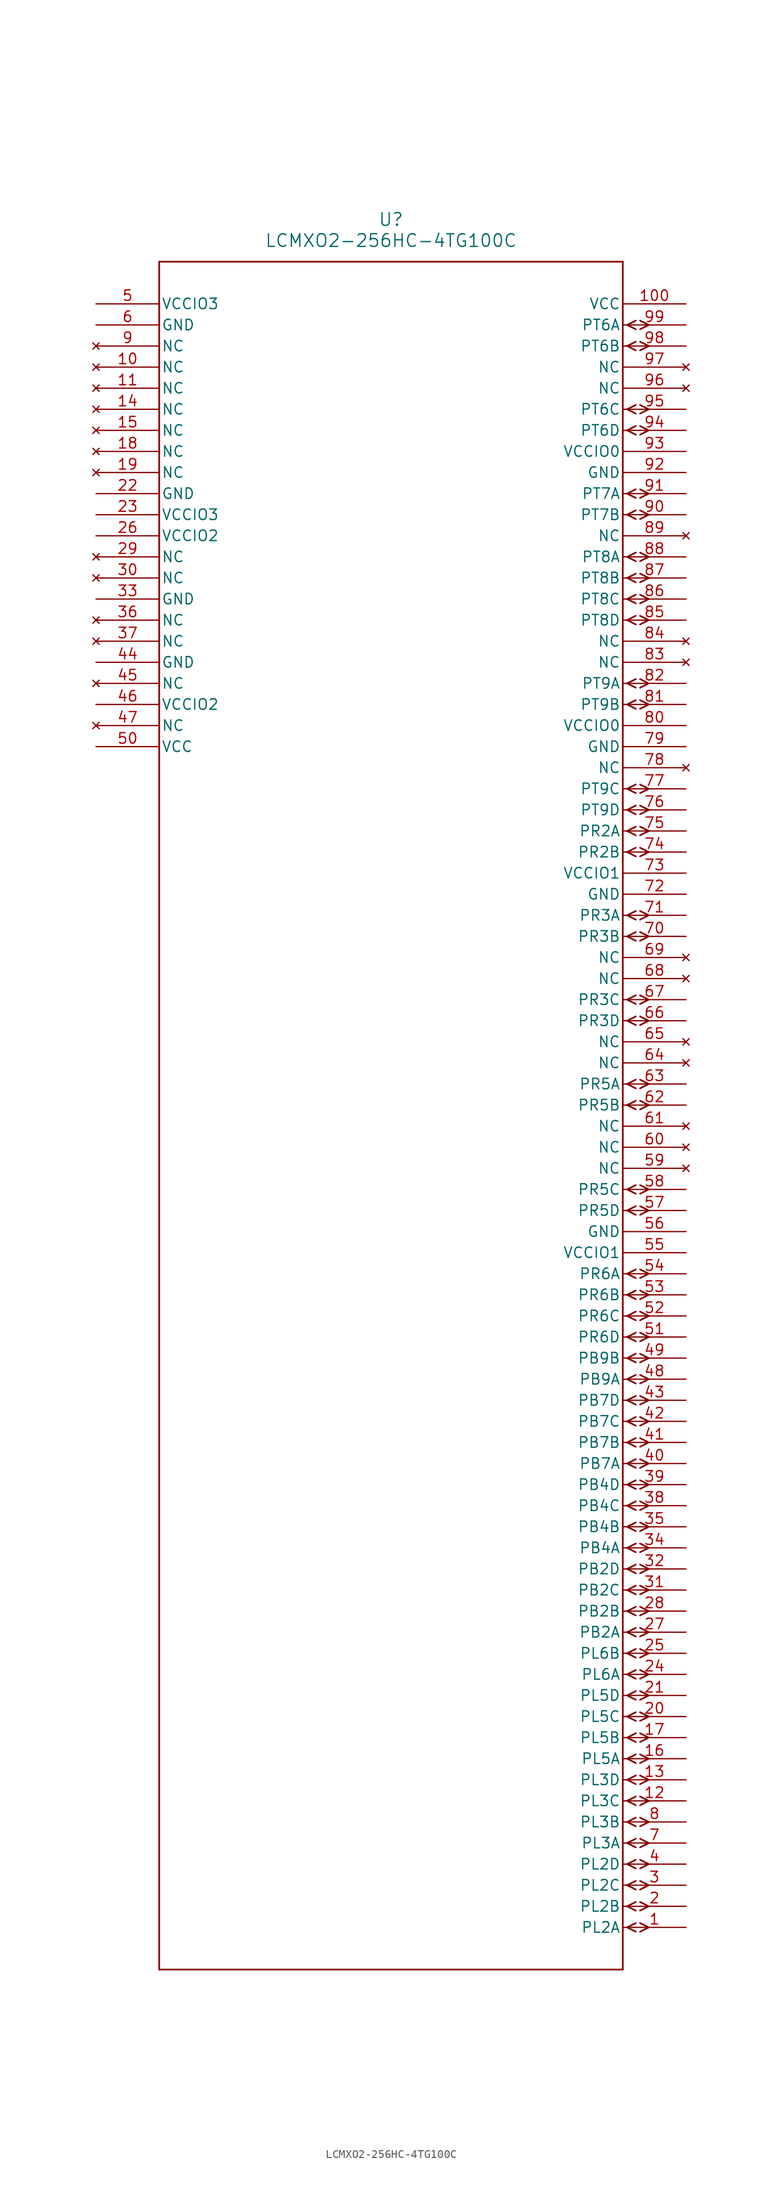
<source format=kicad_sym>
(kicad_symbol_lib
  (version 20211014)
  (generator kicad_symbol_editor)
  (symbol "LCMXO2-256HC-4TG100C"
    (pin_names
      (offset 0.254))
    (property "Reference" "U"
      (at 35.56 10.16 0)
      (effects (font (size 1.524 1.524))))
    (property "Value" "LCMXO2-256HC-4TG100C"
      (at 35.56 7.62 0)
      (effects (font (size 1.524 1.524))))
    (symbol "LCMXO2-256HC-4TG100C_0_1"
      (polyline (pts (xy 64.021 -195.58) (xy 65.062 -195.059)) (stroke (width 0.203) (type default) (color 0 0 0 0)) (fill (type none)))
      (polyline (pts (xy 64.021 -195.58) (xy 65.062 -196.101)) (stroke (width 0.203) (type default) (color 0 0 0 0)) (fill (type none)))
      (polyline (pts (xy 65.583 -195.059) (xy 66.624 -195.58)) (stroke (width 0.203) (type default) (color 0 0 0 0)) (fill (type none)))
      (polyline (pts (xy 65.583 -196.101) (xy 66.624 -195.58)) (stroke (width 0.203) (type default) (color 0 0 0 0)) (fill (type none)))
      (polyline (pts (xy 64.021 -193.04) (xy 65.062 -192.519)) (stroke (width 0.203) (type default) (color 0 0 0 0)) (fill (type none)))
      (polyline (pts (xy 64.021 -193.04) (xy 65.062 -193.561)) (stroke (width 0.203) (type default) (color 0 0 0 0)) (fill (type none)))
      (polyline (pts (xy 65.583 -192.519) (xy 66.624 -193.04)) (stroke (width 0.203) (type default) (color 0 0 0 0)) (fill (type none)))
      (polyline (pts (xy 65.583 -193.561) (xy 66.624 -193.04)) (stroke (width 0.203) (type default) (color 0 0 0 0)) (fill (type none)))
      (polyline (pts (xy 64.021 -190.5) (xy 65.062 -189.979)) (stroke (width 0.203) (type default) (color 0 0 0 0)) (fill (type none)))
      (polyline (pts (xy 64.021 -190.5) (xy 65.062 -191.021)) (stroke (width 0.203) (type default) (color 0 0 0 0)) (fill (type none)))
      (polyline (pts (xy 65.583 -189.979) (xy 66.624 -190.5)) (stroke (width 0.203) (type default) (color 0 0 0 0)) (fill (type none)))
      (polyline (pts (xy 65.583 -191.021) (xy 66.624 -190.5)) (stroke (width 0.203) (type default) (color 0 0 0 0)) (fill (type none)))
      (polyline (pts (xy 64.021 -187.96) (xy 65.062 -187.439)) (stroke (width 0.203) (type default) (color 0 0 0 0)) (fill (type none)))
      (polyline (pts (xy 64.021 -187.96) (xy 65.062 -188.481)) (stroke (width 0.203) (type default) (color 0 0 0 0)) (fill (type none)))
      (polyline (pts (xy 65.583 -187.439) (xy 66.624 -187.96)) (stroke (width 0.203) (type default) (color 0 0 0 0)) (fill (type none)))
      (polyline (pts (xy 65.583 -188.481) (xy 66.624 -187.96)) (stroke (width 0.203) (type default) (color 0 0 0 0)) (fill (type none)))
      (polyline (pts (xy 64.021 -185.42) (xy 65.062 -184.899)) (stroke (width 0.203) (type default) (color 0 0 0 0)) (fill (type none)))
      (polyline (pts (xy 64.021 -185.42) (xy 65.062 -185.941)) (stroke (width 0.203) (type default) (color 0 0 0 0)) (fill (type none)))
      (polyline (pts (xy 65.583 -184.899) (xy 66.624 -185.42)) (stroke (width 0.203) (type default) (color 0 0 0 0)) (fill (type none)))
      (polyline (pts (xy 65.583 -185.941) (xy 66.624 -185.42)) (stroke (width 0.203) (type default) (color 0 0 0 0)) (fill (type none)))
      (polyline (pts (xy 64.021 -182.88) (xy 65.062 -182.359)) (stroke (width 0.203) (type default) (color 0 0 0 0)) (fill (type none)))
      (polyline (pts (xy 64.021 -182.88) (xy 65.062 -183.401)) (stroke (width 0.203) (type default) (color 0 0 0 0)) (fill (type none)))
      (polyline (pts (xy 65.583 -182.359) (xy 66.624 -182.88)) (stroke (width 0.203) (type default) (color 0 0 0 0)) (fill (type none)))
      (polyline (pts (xy 65.583 -183.401) (xy 66.624 -182.88)) (stroke (width 0.203) (type default) (color 0 0 0 0)) (fill (type none)))
      (polyline (pts (xy 64.021 -180.34) (xy 65.062 -179.819)) (stroke (width 0.203) (type default) (color 0 0 0 0)) (fill (type none)))
      (polyline (pts (xy 64.021 -180.34) (xy 65.062 -180.861)) (stroke (width 0.203) (type default) (color 0 0 0 0)) (fill (type none)))
      (polyline (pts (xy 65.583 -179.819) (xy 66.624 -180.34)) (stroke (width 0.203) (type default) (color 0 0 0 0)) (fill (type none)))
      (polyline (pts (xy 65.583 -180.861) (xy 66.624 -180.34)) (stroke (width 0.203) (type default) (color 0 0 0 0)) (fill (type none)))
      (polyline (pts (xy 64.021 -177.8) (xy 65.062 -177.279)) (stroke (width 0.203) (type default) (color 0 0 0 0)) (fill (type none)))
      (polyline (pts (xy 64.021 -177.8) (xy 65.062 -178.321)) (stroke (width 0.203) (type default) (color 0 0 0 0)) (fill (type none)))
      (polyline (pts (xy 65.583 -177.279) (xy 66.624 -177.8)) (stroke (width 0.203) (type default) (color 0 0 0 0)) (fill (type none)))
      (polyline (pts (xy 65.583 -178.321) (xy 66.624 -177.8)) (stroke (width 0.203) (type default) (color 0 0 0 0)) (fill (type none)))
      (polyline (pts (xy 64.021 -175.26) (xy 65.062 -174.739)) (stroke (width 0.203) (type default) (color 0 0 0 0)) (fill (type none)))
      (polyline (pts (xy 64.021 -175.26) (xy 65.062 -175.781)) (stroke (width 0.203) (type default) (color 0 0 0 0)) (fill (type none)))
      (polyline (pts (xy 65.583 -174.739) (xy 66.624 -175.26)) (stroke (width 0.203) (type default) (color 0 0 0 0)) (fill (type none)))
      (polyline (pts (xy 65.583 -175.781) (xy 66.624 -175.26)) (stroke (width 0.203) (type default) (color 0 0 0 0)) (fill (type none)))
      (polyline (pts (xy 64.021 -172.72) (xy 65.062 -172.199)) (stroke (width 0.203) (type default) (color 0 0 0 0)) (fill (type none)))
      (polyline (pts (xy 64.021 -172.72) (xy 65.062 -173.241)) (stroke (width 0.203) (type default) (color 0 0 0 0)) (fill (type none)))
      (polyline (pts (xy 65.583 -172.199) (xy 66.624 -172.72)) (stroke (width 0.203) (type default) (color 0 0 0 0)) (fill (type none)))
      (polyline (pts (xy 65.583 -173.241) (xy 66.624 -172.72)) (stroke (width 0.203) (type default) (color 0 0 0 0)) (fill (type none)))
      (polyline (pts (xy 64.021 -170.18) (xy 65.062 -169.659)) (stroke (width 0.203) (type default) (color 0 0 0 0)) (fill (type none)))
      (polyline (pts (xy 64.021 -170.18) (xy 65.062 -170.701)) (stroke (width 0.203) (type default) (color 0 0 0 0)) (fill (type none)))
      (polyline (pts (xy 65.583 -169.659) (xy 66.624 -170.18)) (stroke (width 0.203) (type default) (color 0 0 0 0)) (fill (type none)))
      (polyline (pts (xy 65.583 -170.701) (xy 66.624 -170.18)) (stroke (width 0.203) (type default) (color 0 0 0 0)) (fill (type none)))
      (polyline (pts (xy 64.021 -167.64) (xy 65.062 -167.119)) (stroke (width 0.203) (type default) (color 0 0 0 0)) (fill (type none)))
      (polyline (pts (xy 64.021 -167.64) (xy 65.062 -168.161)) (stroke (width 0.203) (type default) (color 0 0 0 0)) (fill (type none)))
      (polyline (pts (xy 65.583 -167.119) (xy 66.624 -167.64)) (stroke (width 0.203) (type default) (color 0 0 0 0)) (fill (type none)))
      (polyline (pts (xy 65.583 -168.161) (xy 66.624 -167.64)) (stroke (width 0.203) (type default) (color 0 0 0 0)) (fill (type none)))
      (polyline (pts (xy 64.021 -165.1) (xy 65.062 -164.579)) (stroke (width 0.203) (type default) (color 0 0 0 0)) (fill (type none)))
      (polyline (pts (xy 64.021 -165.1) (xy 65.062 -165.621)) (stroke (width 0.203) (type default) (color 0 0 0 0)) (fill (type none)))
      (polyline (pts (xy 65.583 -164.579) (xy 66.624 -165.1)) (stroke (width 0.203) (type default) (color 0 0 0 0)) (fill (type none)))
      (polyline (pts (xy 65.583 -165.621) (xy 66.624 -165.1)) (stroke (width 0.203) (type default) (color 0 0 0 0)) (fill (type none)))
      (polyline (pts (xy 64.021 -162.56) (xy 65.062 -162.039)) (stroke (width 0.203) (type default) (color 0 0 0 0)) (fill (type none)))
      (polyline (pts (xy 64.021 -162.56) (xy 65.062 -163.081)) (stroke (width 0.203) (type default) (color 0 0 0 0)) (fill (type none)))
      (polyline (pts (xy 65.583 -162.039) (xy 66.624 -162.56)) (stroke (width 0.203) (type default) (color 0 0 0 0)) (fill (type none)))
      (polyline (pts (xy 65.583 -163.081) (xy 66.624 -162.56)) (stroke (width 0.203) (type default) (color 0 0 0 0)) (fill (type none)))
      (polyline (pts (xy 64.021 -160.02) (xy 65.062 -159.499)) (stroke (width 0.203) (type default) (color 0 0 0 0)) (fill (type none)))
      (polyline (pts (xy 64.021 -160.02) (xy 65.062 -160.541)) (stroke (width 0.203) (type default) (color 0 0 0 0)) (fill (type none)))
      (polyline (pts (xy 65.583 -159.499) (xy 66.624 -160.02)) (stroke (width 0.203) (type default) (color 0 0 0 0)) (fill (type none)))
      (polyline (pts (xy 65.583 -160.541) (xy 66.624 -160.02)) (stroke (width 0.203) (type default) (color 0 0 0 0)) (fill (type none)))
      (polyline (pts (xy 64.021 -157.48) (xy 65.062 -156.959)) (stroke (width 0.203) (type default) (color 0 0 0 0)) (fill (type none)))
      (polyline (pts (xy 64.021 -157.48) (xy 65.062 -158.001)) (stroke (width 0.203) (type default) (color 0 0 0 0)) (fill (type none)))
      (polyline (pts (xy 65.583 -156.959) (xy 66.624 -157.48)) (stroke (width 0.203) (type default) (color 0 0 0 0)) (fill (type none)))
      (polyline (pts (xy 65.583 -158.001) (xy 66.624 -157.48)) (stroke (width 0.203) (type default) (color 0 0 0 0)) (fill (type none)))
      (polyline (pts (xy 64.021 -154.94) (xy 65.062 -154.419)) (stroke (width 0.203) (type default) (color 0 0 0 0)) (fill (type none)))
      (polyline (pts (xy 64.021 -154.94) (xy 65.062 -155.461)) (stroke (width 0.203) (type default) (color 0 0 0 0)) (fill (type none)))
      (polyline (pts (xy 65.583 -154.419) (xy 66.624 -154.94)) (stroke (width 0.203) (type default) (color 0 0 0 0)) (fill (type none)))
      (polyline (pts (xy 65.583 -155.461) (xy 66.624 -154.94)) (stroke (width 0.203) (type default) (color 0 0 0 0)) (fill (type none)))
      (polyline (pts (xy 64.021 -152.4) (xy 65.062 -151.879)) (stroke (width 0.203) (type default) (color 0 0 0 0)) (fill (type none)))
      (polyline (pts (xy 64.021 -152.4) (xy 65.062 -152.921)) (stroke (width 0.203) (type default) (color 0 0 0 0)) (fill (type none)))
      (polyline (pts (xy 65.583 -151.879) (xy 66.624 -152.4)) (stroke (width 0.203) (type default) (color 0 0 0 0)) (fill (type none)))
      (polyline (pts (xy 65.583 -152.921) (xy 66.624 -152.4)) (stroke (width 0.203) (type default) (color 0 0 0 0)) (fill (type none)))
      (polyline (pts (xy 64.021 -149.86) (xy 65.062 -149.339)) (stroke (width 0.203) (type default) (color 0 0 0 0)) (fill (type none)))
      (polyline (pts (xy 64.021 -149.86) (xy 65.062 -150.381)) (stroke (width 0.203) (type default) (color 0 0 0 0)) (fill (type none)))
      (polyline (pts (xy 65.583 -149.339) (xy 66.624 -149.86)) (stroke (width 0.203) (type default) (color 0 0 0 0)) (fill (type none)))
      (polyline (pts (xy 65.583 -150.381) (xy 66.624 -149.86)) (stroke (width 0.203) (type default) (color 0 0 0 0)) (fill (type none)))
      (polyline (pts (xy 64.021 -147.32) (xy 65.062 -146.799)) (stroke (width 0.203) (type default) (color 0 0 0 0)) (fill (type none)))
      (polyline (pts (xy 64.021 -147.32) (xy 65.062 -147.841)) (stroke (width 0.203) (type default) (color 0 0 0 0)) (fill (type none)))
      (polyline (pts (xy 65.583 -146.799) (xy 66.624 -147.32)) (stroke (width 0.203) (type default) (color 0 0 0 0)) (fill (type none)))
      (polyline (pts (xy 65.583 -147.841) (xy 66.624 -147.32)) (stroke (width 0.203) (type default) (color 0 0 0 0)) (fill (type none)))
      (polyline (pts (xy 64.021 -144.78) (xy 65.062 -144.259)) (stroke (width 0.203) (type default) (color 0 0 0 0)) (fill (type none)))
      (polyline (pts (xy 64.021 -144.78) (xy 65.062 -145.301)) (stroke (width 0.203) (type default) (color 0 0 0 0)) (fill (type none)))
      (polyline (pts (xy 65.583 -144.259) (xy 66.624 -144.78)) (stroke (width 0.203) (type default) (color 0 0 0 0)) (fill (type none)))
      (polyline (pts (xy 65.583 -145.301) (xy 66.624 -144.78)) (stroke (width 0.203) (type default) (color 0 0 0 0)) (fill (type none)))
      (polyline (pts (xy 64.021 -142.24) (xy 65.062 -141.719)) (stroke (width 0.203) (type default) (color 0 0 0 0)) (fill (type none)))
      (polyline (pts (xy 64.021 -142.24) (xy 65.062 -142.761)) (stroke (width 0.203) (type default) (color 0 0 0 0)) (fill (type none)))
      (polyline (pts (xy 65.583 -141.719) (xy 66.624 -142.24)) (stroke (width 0.203) (type default) (color 0 0 0 0)) (fill (type none)))
      (polyline (pts (xy 65.583 -142.761) (xy 66.624 -142.24)) (stroke (width 0.203) (type default) (color 0 0 0 0)) (fill (type none)))
      (polyline (pts (xy 64.021 -139.7) (xy 65.062 -139.179)) (stroke (width 0.203) (type default) (color 0 0 0 0)) (fill (type none)))
      (polyline (pts (xy 64.021 -139.7) (xy 65.062 -140.221)) (stroke (width 0.203) (type default) (color 0 0 0 0)) (fill (type none)))
      (polyline (pts (xy 65.583 -139.179) (xy 66.624 -139.7)) (stroke (width 0.203) (type default) (color 0 0 0 0)) (fill (type none)))
      (polyline (pts (xy 65.583 -140.221) (xy 66.624 -139.7)) (stroke (width 0.203) (type default) (color 0 0 0 0)) (fill (type none)))
      (polyline (pts (xy 64.021 -137.16) (xy 65.062 -136.639)) (stroke (width 0.203) (type default) (color 0 0 0 0)) (fill (type none)))
      (polyline (pts (xy 64.021 -137.16) (xy 65.062 -137.681)) (stroke (width 0.203) (type default) (color 0 0 0 0)) (fill (type none)))
      (polyline (pts (xy 65.583 -136.639) (xy 66.624 -137.16)) (stroke (width 0.203) (type default) (color 0 0 0 0)) (fill (type none)))
      (polyline (pts (xy 65.583 -137.681) (xy 66.624 -137.16)) (stroke (width 0.203) (type default) (color 0 0 0 0)) (fill (type none)))
      (polyline (pts (xy 64.021 -134.62) (xy 65.062 -134.099)) (stroke (width 0.203) (type default) (color 0 0 0 0)) (fill (type none)))
      (polyline (pts (xy 64.021 -134.62) (xy 65.062 -135.141)) (stroke (width 0.203) (type default) (color 0 0 0 0)) (fill (type none)))
      (polyline (pts (xy 65.583 -134.099) (xy 66.624 -134.62)) (stroke (width 0.203) (type default) (color 0 0 0 0)) (fill (type none)))
      (polyline (pts (xy 65.583 -135.141) (xy 66.624 -134.62)) (stroke (width 0.203) (type default) (color 0 0 0 0)) (fill (type none)))
      (polyline (pts (xy 64.021 -132.08) (xy 65.062 -131.559)) (stroke (width 0.203) (type default) (color 0 0 0 0)) (fill (type none)))
      (polyline (pts (xy 64.021 -132.08) (xy 65.062 -132.601)) (stroke (width 0.203) (type default) (color 0 0 0 0)) (fill (type none)))
      (polyline (pts (xy 65.583 -131.559) (xy 66.624 -132.08)) (stroke (width 0.203) (type default) (color 0 0 0 0)) (fill (type none)))
      (polyline (pts (xy 65.583 -132.601) (xy 66.624 -132.08)) (stroke (width 0.203) (type default) (color 0 0 0 0)) (fill (type none)))
      (polyline (pts (xy 64.021 -129.54) (xy 65.062 -129.019)) (stroke (width 0.203) (type default) (color 0 0 0 0)) (fill (type none)))
      (polyline (pts (xy 64.021 -129.54) (xy 65.062 -130.061)) (stroke (width 0.203) (type default) (color 0 0 0 0)) (fill (type none)))
      (polyline (pts (xy 65.583 -129.019) (xy 66.624 -129.54)) (stroke (width 0.203) (type default) (color 0 0 0 0)) (fill (type none)))
      (polyline (pts (xy 65.583 -130.061) (xy 66.624 -129.54)) (stroke (width 0.203) (type default) (color 0 0 0 0)) (fill (type none)))
      (polyline (pts (xy 64.021 -127) (xy 65.062 -126.479)) (stroke (width 0.203) (type default) (color 0 0 0 0)) (fill (type none)))
      (polyline (pts (xy 64.021 -127) (xy 65.062 -127.521)) (stroke (width 0.203) (type default) (color 0 0 0 0)) (fill (type none)))
      (polyline (pts (xy 65.583 -126.479) (xy 66.624 -127)) (stroke (width 0.203) (type default) (color 0 0 0 0)) (fill (type none)))
      (polyline (pts (xy 65.583 -127.521) (xy 66.624 -127)) (stroke (width 0.203) (type default) (color 0 0 0 0)) (fill (type none)))
      (polyline (pts (xy 64.021 -124.46) (xy 65.062 -123.939)) (stroke (width 0.203) (type default) (color 0 0 0 0)) (fill (type none)))
      (polyline (pts (xy 64.021 -124.46) (xy 65.062 -124.981)) (stroke (width 0.203) (type default) (color 0 0 0 0)) (fill (type none)))
      (polyline (pts (xy 65.583 -123.939) (xy 66.624 -124.46)) (stroke (width 0.203) (type default) (color 0 0 0 0)) (fill (type none)))
      (polyline (pts (xy 65.583 -124.981) (xy 66.624 -124.46)) (stroke (width 0.203) (type default) (color 0 0 0 0)) (fill (type none)))
      (polyline (pts (xy 64.021 -121.92) (xy 65.062 -121.399)) (stroke (width 0.203) (type default) (color 0 0 0 0)) (fill (type none)))
      (polyline (pts (xy 64.021 -121.92) (xy 65.062 -122.441)) (stroke (width 0.203) (type default) (color 0 0 0 0)) (fill (type none)))
      (polyline (pts (xy 65.583 -121.399) (xy 66.624 -121.92)) (stroke (width 0.203) (type default) (color 0 0 0 0)) (fill (type none)))
      (polyline (pts (xy 65.583 -122.441) (xy 66.624 -121.92)) (stroke (width 0.203) (type default) (color 0 0 0 0)) (fill (type none)))
      (polyline (pts (xy 64.021 -119.38) (xy 65.062 -118.859)) (stroke (width 0.203) (type default) (color 0 0 0 0)) (fill (type none)))
      (polyline (pts (xy 64.021 -119.38) (xy 65.062 -119.901)) (stroke (width 0.203) (type default) (color 0 0 0 0)) (fill (type none)))
      (polyline (pts (xy 65.583 -118.859) (xy 66.624 -119.38)) (stroke (width 0.203) (type default) (color 0 0 0 0)) (fill (type none)))
      (polyline (pts (xy 65.583 -119.901) (xy 66.624 -119.38)) (stroke (width 0.203) (type default) (color 0 0 0 0)) (fill (type none)))
      (polyline (pts (xy 64.021 -116.84) (xy 65.062 -116.319)) (stroke (width 0.203) (type default) (color 0 0 0 0)) (fill (type none)))
      (polyline (pts (xy 64.021 -116.84) (xy 65.062 -117.361)) (stroke (width 0.203) (type default) (color 0 0 0 0)) (fill (type none)))
      (polyline (pts (xy 65.583 -116.319) (xy 66.624 -116.84)) (stroke (width 0.203) (type default) (color 0 0 0 0)) (fill (type none)))
      (polyline (pts (xy 65.583 -117.361) (xy 66.624 -116.84)) (stroke (width 0.203) (type default) (color 0 0 0 0)) (fill (type none)))
      (polyline (pts (xy 64.021 -109.22) (xy 65.062 -108.699)) (stroke (width 0.203) (type default) (color 0 0 0 0)) (fill (type none)))
      (polyline (pts (xy 64.021 -109.22) (xy 65.062 -109.741)) (stroke (width 0.203) (type default) (color 0 0 0 0)) (fill (type none)))
      (polyline (pts (xy 65.583 -108.699) (xy 66.624 -109.22)) (stroke (width 0.203) (type default) (color 0 0 0 0)) (fill (type none)))
      (polyline (pts (xy 65.583 -109.741) (xy 66.624 -109.22)) (stroke (width 0.203) (type default) (color 0 0 0 0)) (fill (type none)))
      (polyline (pts (xy 64.021 -106.68) (xy 65.062 -106.159)) (stroke (width 0.203) (type default) (color 0 0 0 0)) (fill (type none)))
      (polyline (pts (xy 64.021 -106.68) (xy 65.062 -107.201)) (stroke (width 0.203) (type default) (color 0 0 0 0)) (fill (type none)))
      (polyline (pts (xy 65.583 -106.159) (xy 66.624 -106.68)) (stroke (width 0.203) (type default) (color 0 0 0 0)) (fill (type none)))
      (polyline (pts (xy 65.583 -107.201) (xy 66.624 -106.68)) (stroke (width 0.203) (type default) (color 0 0 0 0)) (fill (type none)))
      (polyline (pts (xy 64.021 -96.52) (xy 65.062 -95.999)) (stroke (width 0.203) (type default) (color 0 0 0 0)) (fill (type none)))
      (polyline (pts (xy 64.021 -96.52) (xy 65.062 -97.041)) (stroke (width 0.203) (type default) (color 0 0 0 0)) (fill (type none)))
      (polyline (pts (xy 65.583 -95.999) (xy 66.624 -96.52)) (stroke (width 0.203) (type default) (color 0 0 0 0)) (fill (type none)))
      (polyline (pts (xy 65.583 -97.041) (xy 66.624 -96.52)) (stroke (width 0.203) (type default) (color 0 0 0 0)) (fill (type none)))
      (polyline (pts (xy 64.021 -93.98) (xy 65.062 -93.459)) (stroke (width 0.203) (type default) (color 0 0 0 0)) (fill (type none)))
      (polyline (pts (xy 64.021 -93.98) (xy 65.062 -94.501)) (stroke (width 0.203) (type default) (color 0 0 0 0)) (fill (type none)))
      (polyline (pts (xy 65.583 -93.459) (xy 66.624 -93.98)) (stroke (width 0.203) (type default) (color 0 0 0 0)) (fill (type none)))
      (polyline (pts (xy 65.583 -94.501) (xy 66.624 -93.98)) (stroke (width 0.203) (type default) (color 0 0 0 0)) (fill (type none)))
      (polyline (pts (xy 64.021 -86.36) (xy 65.062 -85.839)) (stroke (width 0.203) (type default) (color 0 0 0 0)) (fill (type none)))
      (polyline (pts (xy 64.021 -86.36) (xy 65.062 -86.881)) (stroke (width 0.203) (type default) (color 0 0 0 0)) (fill (type none)))
      (polyline (pts (xy 65.583 -85.839) (xy 66.624 -86.36)) (stroke (width 0.203) (type default) (color 0 0 0 0)) (fill (type none)))
      (polyline (pts (xy 65.583 -86.881) (xy 66.624 -86.36)) (stroke (width 0.203) (type default) (color 0 0 0 0)) (fill (type none)))
      (polyline (pts (xy 64.021 -83.82) (xy 65.062 -83.299)) (stroke (width 0.203) (type default) (color 0 0 0 0)) (fill (type none)))
      (polyline (pts (xy 64.021 -83.82) (xy 65.062 -84.341)) (stroke (width 0.203) (type default) (color 0 0 0 0)) (fill (type none)))
      (polyline (pts (xy 65.583 -83.299) (xy 66.624 -83.82)) (stroke (width 0.203) (type default) (color 0 0 0 0)) (fill (type none)))
      (polyline (pts (xy 65.583 -84.341) (xy 66.624 -83.82)) (stroke (width 0.203) (type default) (color 0 0 0 0)) (fill (type none)))
      (polyline (pts (xy 64.021 -76.2) (xy 65.062 -75.679)) (stroke (width 0.203) (type default) (color 0 0 0 0)) (fill (type none)))
      (polyline (pts (xy 64.021 -76.2) (xy 65.062 -76.721)) (stroke (width 0.203) (type default) (color 0 0 0 0)) (fill (type none)))
      (polyline (pts (xy 65.583 -75.679) (xy 66.624 -76.2)) (stroke (width 0.203) (type default) (color 0 0 0 0)) (fill (type none)))
      (polyline (pts (xy 65.583 -76.721) (xy 66.624 -76.2)) (stroke (width 0.203) (type default) (color 0 0 0 0)) (fill (type none)))
      (polyline (pts (xy 64.021 -73.66) (xy 65.062 -73.139)) (stroke (width 0.203) (type default) (color 0 0 0 0)) (fill (type none)))
      (polyline (pts (xy 64.021 -73.66) (xy 65.062 -74.181)) (stroke (width 0.203) (type default) (color 0 0 0 0)) (fill (type none)))
      (polyline (pts (xy 65.583 -73.139) (xy 66.624 -73.66)) (stroke (width 0.203) (type default) (color 0 0 0 0)) (fill (type none)))
      (polyline (pts (xy 65.583 -74.181) (xy 66.624 -73.66)) (stroke (width 0.203) (type default) (color 0 0 0 0)) (fill (type none)))
      (polyline (pts (xy 64.021 -66.04) (xy 65.062 -65.519)) (stroke (width 0.203) (type default) (color 0 0 0 0)) (fill (type none)))
      (polyline (pts (xy 64.021 -66.04) (xy 65.062 -66.561)) (stroke (width 0.203) (type default) (color 0 0 0 0)) (fill (type none)))
      (polyline (pts (xy 65.583 -65.519) (xy 66.624 -66.04)) (stroke (width 0.203) (type default) (color 0 0 0 0)) (fill (type none)))
      (polyline (pts (xy 65.583 -66.561) (xy 66.624 -66.04)) (stroke (width 0.203) (type default) (color 0 0 0 0)) (fill (type none)))
      (polyline (pts (xy 64.021 -63.5) (xy 65.062 -62.979)) (stroke (width 0.203) (type default) (color 0 0 0 0)) (fill (type none)))
      (polyline (pts (xy 64.021 -63.5) (xy 65.062 -64.021)) (stroke (width 0.203) (type default) (color 0 0 0 0)) (fill (type none)))
      (polyline (pts (xy 65.583 -62.979) (xy 66.624 -63.5)) (stroke (width 0.203) (type default) (color 0 0 0 0)) (fill (type none)))
      (polyline (pts (xy 65.583 -64.021) (xy 66.624 -63.5)) (stroke (width 0.203) (type default) (color 0 0 0 0)) (fill (type none)))
      (polyline (pts (xy 64.021 -60.96) (xy 65.062 -60.439)) (stroke (width 0.203) (type default) (color 0 0 0 0)) (fill (type none)))
      (polyline (pts (xy 64.021 -60.96) (xy 65.062 -61.481)) (stroke (width 0.203) (type default) (color 0 0 0 0)) (fill (type none)))
      (polyline (pts (xy 65.583 -60.439) (xy 66.624 -60.96)) (stroke (width 0.203) (type default) (color 0 0 0 0)) (fill (type none)))
      (polyline (pts (xy 65.583 -61.481) (xy 66.624 -60.96)) (stroke (width 0.203) (type default) (color 0 0 0 0)) (fill (type none)))
      (polyline (pts (xy 64.021 -58.42) (xy 65.062 -57.899)) (stroke (width 0.203) (type default) (color 0 0 0 0)) (fill (type none)))
      (polyline (pts (xy 64.021 -58.42) (xy 65.062 -58.941)) (stroke (width 0.203) (type default) (color 0 0 0 0)) (fill (type none)))
      (polyline (pts (xy 65.583 -57.899) (xy 66.624 -58.42)) (stroke (width 0.203) (type default) (color 0 0 0 0)) (fill (type none)))
      (polyline (pts (xy 65.583 -58.941) (xy 66.624 -58.42)) (stroke (width 0.203) (type default) (color 0 0 0 0)) (fill (type none)))
      (polyline (pts (xy 64.021 -48.26) (xy 65.062 -47.739)) (stroke (width 0.203) (type default) (color 0 0 0 0)) (fill (type none)))
      (polyline (pts (xy 64.021 -48.26) (xy 65.062 -48.781)) (stroke (width 0.203) (type default) (color 0 0 0 0)) (fill (type none)))
      (polyline (pts (xy 65.583 -47.739) (xy 66.624 -48.26)) (stroke (width 0.203) (type default) (color 0 0 0 0)) (fill (type none)))
      (polyline (pts (xy 65.583 -48.781) (xy 66.624 -48.26)) (stroke (width 0.203) (type default) (color 0 0 0 0)) (fill (type none)))
      (polyline (pts (xy 64.021 -45.72) (xy 65.062 -45.199)) (stroke (width 0.203) (type default) (color 0 0 0 0)) (fill (type none)))
      (polyline (pts (xy 64.021 -45.72) (xy 65.062 -46.241)) (stroke (width 0.203) (type default) (color 0 0 0 0)) (fill (type none)))
      (polyline (pts (xy 65.583 -45.199) (xy 66.624 -45.72)) (stroke (width 0.203) (type default) (color 0 0 0 0)) (fill (type none)))
      (polyline (pts (xy 65.583 -46.241) (xy 66.624 -45.72)) (stroke (width 0.203) (type default) (color 0 0 0 0)) (fill (type none)))
      (polyline (pts (xy 64.021 -38.1) (xy 65.062 -37.579)) (stroke (width 0.203) (type default) (color 0 0 0 0)) (fill (type none)))
      (polyline (pts (xy 64.021 -38.1) (xy 65.062 -38.621)) (stroke (width 0.203) (type default) (color 0 0 0 0)) (fill (type none)))
      (polyline (pts (xy 65.583 -37.579) (xy 66.624 -38.1)) (stroke (width 0.203) (type default) (color 0 0 0 0)) (fill (type none)))
      (polyline (pts (xy 65.583 -38.621) (xy 66.624 -38.1)) (stroke (width 0.203) (type default) (color 0 0 0 0)) (fill (type none)))
      (polyline (pts (xy 64.021 -35.56) (xy 65.062 -35.039)) (stroke (width 0.203) (type default) (color 0 0 0 0)) (fill (type none)))
      (polyline (pts (xy 64.021 -35.56) (xy 65.062 -36.081)) (stroke (width 0.203) (type default) (color 0 0 0 0)) (fill (type none)))
      (polyline (pts (xy 65.583 -35.039) (xy 66.624 -35.56)) (stroke (width 0.203) (type default) (color 0 0 0 0)) (fill (type none)))
      (polyline (pts (xy 65.583 -36.081) (xy 66.624 -35.56)) (stroke (width 0.203) (type default) (color 0 0 0 0)) (fill (type none)))
      (polyline (pts (xy 64.021 -33.02) (xy 65.062 -32.499)) (stroke (width 0.203) (type default) (color 0 0 0 0)) (fill (type none)))
      (polyline (pts (xy 64.021 -33.02) (xy 65.062 -33.541)) (stroke (width 0.203) (type default) (color 0 0 0 0)) (fill (type none)))
      (polyline (pts (xy 65.583 -32.499) (xy 66.624 -33.02)) (stroke (width 0.203) (type default) (color 0 0 0 0)) (fill (type none)))
      (polyline (pts (xy 65.583 -33.541) (xy 66.624 -33.02)) (stroke (width 0.203) (type default) (color 0 0 0 0)) (fill (type none)))
      (polyline (pts (xy 64.021 -30.48) (xy 65.062 -29.959)) (stroke (width 0.203) (type default) (color 0 0 0 0)) (fill (type none)))
      (polyline (pts (xy 64.021 -30.48) (xy 65.062 -31.001)) (stroke (width 0.203) (type default) (color 0 0 0 0)) (fill (type none)))
      (polyline (pts (xy 65.583 -29.959) (xy 66.624 -30.48)) (stroke (width 0.203) (type default) (color 0 0 0 0)) (fill (type none)))
      (polyline (pts (xy 65.583 -31.001) (xy 66.624 -30.48)) (stroke (width 0.203) (type default) (color 0 0 0 0)) (fill (type none)))
      (polyline (pts (xy 64.021 -25.4) (xy 65.062 -24.879)) (stroke (width 0.203) (type default) (color 0 0 0 0)) (fill (type none)))
      (polyline (pts (xy 64.021 -25.4) (xy 65.062 -25.921)) (stroke (width 0.203) (type default) (color 0 0 0 0)) (fill (type none)))
      (polyline (pts (xy 65.583 -24.879) (xy 66.624 -25.4)) (stroke (width 0.203) (type default) (color 0 0 0 0)) (fill (type none)))
      (polyline (pts (xy 65.583 -25.921) (xy 66.624 -25.4)) (stroke (width 0.203) (type default) (color 0 0 0 0)) (fill (type none)))
      (polyline (pts (xy 64.021 -22.86) (xy 65.062 -22.339)) (stroke (width 0.203) (type default) (color 0 0 0 0)) (fill (type none)))
      (polyline (pts (xy 64.021 -22.86) (xy 65.062 -23.381)) (stroke (width 0.203) (type default) (color 0 0 0 0)) (fill (type none)))
      (polyline (pts (xy 65.583 -22.339) (xy 66.624 -22.86)) (stroke (width 0.203) (type default) (color 0 0 0 0)) (fill (type none)))
      (polyline (pts (xy 65.583 -23.381) (xy 66.624 -22.86)) (stroke (width 0.203) (type default) (color 0 0 0 0)) (fill (type none)))
      (polyline (pts (xy 64.021 -15.24) (xy 65.062 -14.719)) (stroke (width 0.203) (type default) (color 0 0 0 0)) (fill (type none)))
      (polyline (pts (xy 64.021 -15.24) (xy 65.062 -15.761)) (stroke (width 0.203) (type default) (color 0 0 0 0)) (fill (type none)))
      (polyline (pts (xy 65.583 -14.719) (xy 66.624 -15.24)) (stroke (width 0.203) (type default) (color 0 0 0 0)) (fill (type none)))
      (polyline (pts (xy 65.583 -15.761) (xy 66.624 -15.24)) (stroke (width 0.203) (type default) (color 0 0 0 0)) (fill (type none)))
      (polyline (pts (xy 64.021 -12.7) (xy 65.062 -12.179)) (stroke (width 0.203) (type default) (color 0 0 0 0)) (fill (type none)))
      (polyline (pts (xy 64.021 -12.7) (xy 65.062 -13.221)) (stroke (width 0.203) (type default) (color 0 0 0 0)) (fill (type none)))
      (polyline (pts (xy 65.583 -12.179) (xy 66.624 -12.7)) (stroke (width 0.203) (type default) (color 0 0 0 0)) (fill (type none)))
      (polyline (pts (xy 65.583 -13.221) (xy 66.624 -12.7)) (stroke (width 0.203) (type default) (color 0 0 0 0)) (fill (type none)))
      (polyline (pts (xy 64.021 -5.08) (xy 65.062 -4.559)) (stroke (width 0.203) (type default) (color 0 0 0 0)) (fill (type none)))
      (polyline (pts (xy 64.021 -5.08) (xy 65.062 -5.601)) (stroke (width 0.203) (type default) (color 0 0 0 0)) (fill (type none)))
      (polyline (pts (xy 65.583 -4.559) (xy 66.624 -5.08)) (stroke (width 0.203) (type default) (color 0 0 0 0)) (fill (type none)))
      (polyline (pts (xy 65.583 -5.601) (xy 66.624 -5.08)) (stroke (width 0.203) (type default) (color 0 0 0 0)) (fill (type none)))
      (polyline (pts (xy 64.021 -2.54) (xy 65.062 -2.019)) (stroke (width 0.203) (type default) (color 0 0 0 0)) (fill (type none)))
      (polyline (pts (xy 64.021 -2.54) (xy 65.062 -3.061)) (stroke (width 0.203) (type default) (color 0 0 0 0)) (fill (type none)))
      (polyline (pts (xy 65.583 -2.019) (xy 66.624 -2.54)) (stroke (width 0.203) (type default) (color 0 0 0 0)) (fill (type none)))
      (polyline (pts (xy 65.583 -3.061) (xy 66.624 -2.54)) (stroke (width 0.203) (type default) (color 0 0 0 0)) (fill (type none)))
      (polyline (pts (xy 7.62 5.08) (xy 7.62 -200.66)) (stroke (width 0.203) (type default) (color 0 0 0 0)) (fill (type none)))
      (polyline (pts (xy 7.62 -200.66) (xy 63.5 -200.66)) (stroke (width 0.203) (type default) (color 0 0 0 0)) (fill (type none)))
      (polyline (pts (xy 63.5 -200.66) (xy 63.5 5.08)) (stroke (width 0.203) (type default) (color 0 0 0 0)) (fill (type none)))
      (polyline (pts (xy 63.5 5.08) (xy 7.62 5.08)) (stroke (width 0.203) (type default) (color 0 0 0 0)) (fill (type none)))
      (pin bidirectional line (at 71.12 -195.58 180) (length 7.62) (name "PL2A" (effects (font (size 1.27 1.27)))) (number "1" (effects (font (size 1.27 1.27)))))
      (pin bidirectional line (at 71.12 -193.04 180) (length 7.62) (name "PL2B" (effects (font (size 1.27 1.27)))) (number "2" (effects (font (size 1.27 1.27)))))
      (pin bidirectional line (at 71.12 -190.5 180) (length 7.62) (name "PL2C" (effects (font (size 1.27 1.27)))) (number "3" (effects (font (size 1.27 1.27)))))
      (pin bidirectional line (at 71.12 -187.96 180) (length 7.62) (name "PL2D" (effects (font (size 1.27 1.27)))) (number "4" (effects (font (size 1.27 1.27)))))
      (pin power_in line (at 0 0 0) (length 7.62) (name "VCCIO3" (effects (font (size 1.27 1.27)))) (number "5" (effects (font (size 1.27 1.27)))))
      (pin power_in line (at 0 -2.54 0) (length 7.62) (name "GND" (effects (font (size 1.27 1.27)))) (number "6" (effects (font (size 1.27 1.27)))))
      (pin bidirectional line (at 71.12 -185.42 180) (length 7.62) (name "PL3A" (effects (font (size 1.27 1.27)))) (number "7" (effects (font (size 1.27 1.27)))))
      (pin bidirectional line (at 71.12 -182.88 180) (length 7.62) (name "PL3B" (effects (font (size 1.27 1.27)))) (number "8" (effects (font (size 1.27 1.27)))))
      (pin no_connect line (at 0 -5.08 0) (length 7.62) (name "NC" (effects (font (size 1.27 1.27)))) (number "9" (effects (font (size 1.27 1.27)))))
      (pin no_connect line (at 0 -7.62 0) (length 7.62) (name "NC" (effects (font (size 1.27 1.27)))) (number "10" (effects (font (size 1.27 1.27)))))
      (pin no_connect line (at 0 -10.16 0) (length 7.62) (name "NC" (effects (font (size 1.27 1.27)))) (number "11" (effects (font (size 1.27 1.27)))))
      (pin bidirectional line (at 71.12 -180.34 180) (length 7.62) (name "PL3C" (effects (font (size 1.27 1.27)))) (number "12" (effects (font (size 1.27 1.27)))))
      (pin bidirectional line (at 71.12 -177.8 180) (length 7.62) (name "PL3D" (effects (font (size 1.27 1.27)))) (number "13" (effects (font (size 1.27 1.27)))))
      (pin no_connect line (at 0 -12.7 0) (length 7.62) (name "NC" (effects (font (size 1.27 1.27)))) (number "14" (effects (font (size 1.27 1.27)))))
      (pin no_connect line (at 0 -15.24 0) (length 7.62) (name "NC" (effects (font (size 1.27 1.27)))) (number "15" (effects (font (size 1.27 1.27)))))
      (pin bidirectional line (at 71.12 -175.26 180) (length 7.62) (name "PL5A" (effects (font (size 1.27 1.27)))) (number "16" (effects (font (size 1.27 1.27)))))
      (pin bidirectional line (at 71.12 -172.72 180) (length 7.62) (name "PL5B" (effects (font (size 1.27 1.27)))) (number "17" (effects (font (size 1.27 1.27)))))
      (pin no_connect line (at 0 -17.78 0) (length 7.62) (name "NC" (effects (font (size 1.27 1.27)))) (number "18" (effects (font (size 1.27 1.27)))))
      (pin no_connect line (at 0 -20.32 0) (length 7.62) (name "NC" (effects (font (size 1.27 1.27)))) (number "19" (effects (font (size 1.27 1.27)))))
      (pin bidirectional line (at 71.12 -170.18 180) (length 7.62) (name "PL5C" (effects (font (size 1.27 1.27)))) (number "20" (effects (font (size 1.27 1.27)))))
      (pin bidirectional line (at 71.12 -167.64 180) (length 7.62) (name "PL5D" (effects (font (size 1.27 1.27)))) (number "21" (effects (font (size 1.27 1.27)))))
      (pin power_in line (at 0 -22.86 0) (length 7.62) (name "GND" (effects (font (size 1.27 1.27)))) (number "22" (effects (font (size 1.27 1.27)))))
      (pin power_in line (at 0 -25.4 0) (length 7.62) (name "VCCIO3" (effects (font (size 1.27 1.27)))) (number "23" (effects (font (size 1.27 1.27)))))
      (pin bidirectional line (at 71.12 -165.1 180) (length 7.62) (name "PL6A" (effects (font (size 1.27 1.27)))) (number "24" (effects (font (size 1.27 1.27)))))
      (pin bidirectional line (at 71.12 -162.56 180) (length 7.62) (name "PL6B" (effects (font (size 1.27 1.27)))) (number "25" (effects (font (size 1.27 1.27)))))
      (pin power_in line (at 0 -27.94 0) (length 7.62) (name "VCCIO2" (effects (font (size 1.27 1.27)))) (number "26" (effects (font (size 1.27 1.27)))))
      (pin bidirectional line (at 71.12 -160.02 180) (length 7.62) (name "PB2A" (effects (font (size 1.27 1.27)))) (number "27" (effects (font (size 1.27 1.27)))))
      (pin bidirectional line (at 71.12 -157.48 180) (length 7.62) (name "PB2B" (effects (font (size 1.27 1.27)))) (number "28" (effects (font (size 1.27 1.27)))))
      (pin no_connect line (at 0 -30.48 0) (length 7.62) (name "NC" (effects (font (size 1.27 1.27)))) (number "29" (effects (font (size 1.27 1.27)))))
      (pin no_connect line (at 0 -33.02 0) (length 7.62) (name "NC" (effects (font (size 1.27 1.27)))) (number "30" (effects (font (size 1.27 1.27)))))
      (pin bidirectional line (at 71.12 -154.94 180) (length 7.62) (name "PB2C" (effects (font (size 1.27 1.27)))) (number "31" (effects (font (size 1.27 1.27)))))
      (pin bidirectional line (at 71.12 -152.4 180) (length 7.62) (name "PB2D" (effects (font (size 1.27 1.27)))) (number "32" (effects (font (size 1.27 1.27)))))
      (pin power_in line (at 0 -35.56 0) (length 7.62) (name "GND" (effects (font (size 1.27 1.27)))) (number "33" (effects (font (size 1.27 1.27)))))
      (pin bidirectional line (at 71.12 -149.86 180) (length 7.62) (name "PB4A" (effects (font (size 1.27 1.27)))) (number "34" (effects (font (size 1.27 1.27)))))
      (pin bidirectional line (at 71.12 -147.32 180) (length 7.62) (name "PB4B" (effects (font (size 1.27 1.27)))) (number "35" (effects (font (size 1.27 1.27)))))
      (pin no_connect line (at 0 -38.1 0) (length 7.62) (name "NC" (effects (font (size 1.27 1.27)))) (number "36" (effects (font (size 1.27 1.27)))))
      (pin no_connect line (at 0 -40.64 0) (length 7.62) (name "NC" (effects (font (size 1.27 1.27)))) (number "37" (effects (font (size 1.27 1.27)))))
      (pin bidirectional line (at 71.12 -144.78 180) (length 7.62) (name "PB4C" (effects (font (size 1.27 1.27)))) (number "38" (effects (font (size 1.27 1.27)))))
      (pin bidirectional line (at 71.12 -142.24 180) (length 7.62) (name "PB4D" (effects (font (size 1.27 1.27)))) (number "39" (effects (font (size 1.27 1.27)))))
      (pin bidirectional line (at 71.12 -139.7 180) (length 7.62) (name "PB7A" (effects (font (size 1.27 1.27)))) (number "40" (effects (font (size 1.27 1.27)))))
      (pin bidirectional line (at 71.12 -137.16 180) (length 7.62) (name "PB7B" (effects (font (size 1.27 1.27)))) (number "41" (effects (font (size 1.27 1.27)))))
      (pin bidirectional line (at 71.12 -134.62 180) (length 7.62) (name "PB7C" (effects (font (size 1.27 1.27)))) (number "42" (effects (font (size 1.27 1.27)))))
      (pin bidirectional line (at 71.12 -132.08 180) (length 7.62) (name "PB7D" (effects (font (size 1.27 1.27)))) (number "43" (effects (font (size 1.27 1.27)))))
      (pin power_in line (at 0 -43.18 0) (length 7.62) (name "GND" (effects (font (size 1.27 1.27)))) (number "44" (effects (font (size 1.27 1.27)))))
      (pin no_connect line (at 0 -45.72 0) (length 7.62) (name "NC" (effects (font (size 1.27 1.27)))) (number "45" (effects (font (size 1.27 1.27)))))
      (pin power_in line (at 0 -48.26 0) (length 7.62) (name "VCCIO2" (effects (font (size 1.27 1.27)))) (number "46" (effects (font (size 1.27 1.27)))))
      (pin no_connect line (at 0 -50.8 0) (length 7.62) (name "NC" (effects (font (size 1.27 1.27)))) (number "47" (effects (font (size 1.27 1.27)))))
      (pin bidirectional line (at 71.12 -129.54 180) (length 7.62) (name "PB9A" (effects (font (size 1.27 1.27)))) (number "48" (effects (font (size 1.27 1.27)))))
      (pin bidirectional line (at 71.12 -127 180) (length 7.62) (name "PB9B" (effects (font (size 1.27 1.27)))) (number "49" (effects (font (size 1.27 1.27)))))
      (pin power_in line (at 0 -53.34 0) (length 7.62) (name "VCC" (effects (font (size 1.27 1.27)))) (number "50" (effects (font (size 1.27 1.27)))))
      (pin bidirectional line (at 71.12 -124.46 180) (length 7.62) (name "PR6D" (effects (font (size 1.27 1.27)))) (number "51" (effects (font (size 1.27 1.27)))))
      (pin bidirectional line (at 71.12 -121.92 180) (length 7.62) (name "PR6C" (effects (font (size 1.27 1.27)))) (number "52" (effects (font (size 1.27 1.27)))))
      (pin bidirectional line (at 71.12 -119.38 180) (length 7.62) (name "PR6B" (effects (font (size 1.27 1.27)))) (number "53" (effects (font (size 1.27 1.27)))))
      (pin bidirectional line (at 71.12 -116.84 180) (length 7.62) (name "PR6A" (effects (font (size 1.27 1.27)))) (number "54" (effects (font (size 1.27 1.27)))))
      (pin power_in line (at 71.12 -114.3 180) (length 7.62) (name "VCCIO1" (effects (font (size 1.27 1.27)))) (number "55" (effects (font (size 1.27 1.27)))))
      (pin power_in line (at 71.12 -111.76 180) (length 7.62) (name "GND" (effects (font (size 1.27 1.27)))) (number "56" (effects (font (size 1.27 1.27)))))
      (pin bidirectional line (at 71.12 -109.22 180) (length 7.62) (name "PR5D" (effects (font (size 1.27 1.27)))) (number "57" (effects (font (size 1.27 1.27)))))
      (pin bidirectional line (at 71.12 -106.68 180) (length 7.62) (name "PR5C" (effects (font (size 1.27 1.27)))) (number "58" (effects (font (size 1.27 1.27)))))
      (pin no_connect line (at 71.12 -104.14 180) (length 7.62) (name "NC" (effects (font (size 1.27 1.27)))) (number "59" (effects (font (size 1.27 1.27)))))
      (pin no_connect line (at 71.12 -101.6 180) (length 7.62) (name "NC" (effects (font (size 1.27 1.27)))) (number "60" (effects (font (size 1.27 1.27)))))
      (pin no_connect line (at 71.12 -99.06 180) (length 7.62) (name "NC" (effects (font (size 1.27 1.27)))) (number "61" (effects (font (size 1.27 1.27)))))
      (pin bidirectional line (at 71.12 -96.52 180) (length 7.62) (name "PR5B" (effects (font (size 1.27 1.27)))) (number "62" (effects (font (size 1.27 1.27)))))
      (pin bidirectional line (at 71.12 -93.98 180) (length 7.62) (name "PR5A" (effects (font (size 1.27 1.27)))) (number "63" (effects (font (size 1.27 1.27)))))
      (pin no_connect line (at 71.12 -91.44 180) (length 7.62) (name "NC" (effects (font (size 1.27 1.27)))) (number "64" (effects (font (size 1.27 1.27)))))
      (pin no_connect line (at 71.12 -88.9 180) (length 7.62) (name "NC" (effects (font (size 1.27 1.27)))) (number "65" (effects (font (size 1.27 1.27)))))
      (pin bidirectional line (at 71.12 -86.36 180) (length 7.62) (name "PR3D" (effects (font (size 1.27 1.27)))) (number "66" (effects (font (size 1.27 1.27)))))
      (pin bidirectional line (at 71.12 -83.82 180) (length 7.62) (name "PR3C" (effects (font (size 1.27 1.27)))) (number "67" (effects (font (size 1.27 1.27)))))
      (pin no_connect line (at 71.12 -81.28 180) (length 7.62) (name "NC" (effects (font (size 1.27 1.27)))) (number "68" (effects (font (size 1.27 1.27)))))
      (pin no_connect line (at 71.12 -78.74 180) (length 7.62) (name "NC" (effects (font (size 1.27 1.27)))) (number "69" (effects (font (size 1.27 1.27)))))
      (pin bidirectional line (at 71.12 -76.2 180) (length 7.62) (name "PR3B" (effects (font (size 1.27 1.27)))) (number "70" (effects (font (size 1.27 1.27)))))
      (pin bidirectional line (at 71.12 -73.66 180) (length 7.62) (name "PR3A" (effects (font (size 1.27 1.27)))) (number "71" (effects (font (size 1.27 1.27)))))
      (pin power_in line (at 71.12 -71.12 180) (length 7.62) (name "GND" (effects (font (size 1.27 1.27)))) (number "72" (effects (font (size 1.27 1.27)))))
      (pin power_in line (at 71.12 -68.58 180) (length 7.62) (name "VCCIO1" (effects (font (size 1.27 1.27)))) (number "73" (effects (font (size 1.27 1.27)))))
      (pin bidirectional line (at 71.12 -66.04 180) (length 7.62) (name "PR2B" (effects (font (size 1.27 1.27)))) (number "74" (effects (font (size 1.27 1.27)))))
      (pin bidirectional line (at 71.12 -63.5 180) (length 7.62) (name "PR2A" (effects (font (size 1.27 1.27)))) (number "75" (effects (font (size 1.27 1.27)))))
      (pin bidirectional line (at 71.12 -60.96 180) (length 7.62) (name "PT9D" (effects (font (size 1.27 1.27)))) (number "76" (effects (font (size 1.27 1.27)))))
      (pin bidirectional line (at 71.12 -58.42 180) (length 7.62) (name "PT9C" (effects (font (size 1.27 1.27)))) (number "77" (effects (font (size 1.27 1.27)))))
      (pin no_connect line (at 71.12 -55.88 180) (length 7.62) (name "NC" (effects (font (size 1.27 1.27)))) (number "78" (effects (font (size 1.27 1.27)))))
      (pin power_in line (at 71.12 -53.34 180) (length 7.62) (name "GND" (effects (font (size 1.27 1.27)))) (number "79" (effects (font (size 1.27 1.27)))))
      (pin power_in line (at 71.12 -50.8 180) (length 7.62) (name "VCCIO0" (effects (font (size 1.27 1.27)))) (number "80" (effects (font (size 1.27 1.27)))))
      (pin bidirectional line (at 71.12 -48.26 180) (length 7.62) (name "PT9B" (effects (font (size 1.27 1.27)))) (number "81" (effects (font (size 1.27 1.27)))))
      (pin bidirectional line (at 71.12 -45.72 180) (length 7.62) (name "PT9A" (effects (font (size 1.27 1.27)))) (number "82" (effects (font (size 1.27 1.27)))))
      (pin no_connect line (at 71.12 -43.18 180) (length 7.62) (name "NC" (effects (font (size 1.27 1.27)))) (number "83" (effects (font (size 1.27 1.27)))))
      (pin no_connect line (at 71.12 -40.64 180) (length 7.62) (name "NC" (effects (font (size 1.27 1.27)))) (number "84" (effects (font (size 1.27 1.27)))))
      (pin bidirectional line (at 71.12 -38.1 180) (length 7.62) (name "PT8D" (effects (font (size 1.27 1.27)))) (number "85" (effects (font (size 1.27 1.27)))))
      (pin bidirectional line (at 71.12 -35.56 180) (length 7.62) (name "PT8C" (effects (font (size 1.27 1.27)))) (number "86" (effects (font (size 1.27 1.27)))))
      (pin bidirectional line (at 71.12 -33.02 180) (length 7.62) (name "PT8B" (effects (font (size 1.27 1.27)))) (number "87" (effects (font (size 1.27 1.27)))))
      (pin bidirectional line (at 71.12 -30.48 180) (length 7.62) (name "PT8A" (effects (font (size 1.27 1.27)))) (number "88" (effects (font (size 1.27 1.27)))))
      (pin no_connect line (at 71.12 -27.94 180) (length 7.62) (name "NC" (effects (font (size 1.27 1.27)))) (number "89" (effects (font (size 1.27 1.27)))))
      (pin bidirectional line (at 71.12 -25.4 180) (length 7.62) (name "PT7B" (effects (font (size 1.27 1.27)))) (number "90" (effects (font (size 1.27 1.27)))))
      (pin bidirectional line (at 71.12 -22.86 180) (length 7.62) (name "PT7A" (effects (font (size 1.27 1.27)))) (number "91" (effects (font (size 1.27 1.27)))))
      (pin power_in line (at 71.12 -20.32 180) (length 7.62) (name "GND" (effects (font (size 1.27 1.27)))) (number "92" (effects (font (size 1.27 1.27)))))
      (pin power_in line (at 71.12 -17.78 180) (length 7.62) (name "VCCIO0" (effects (font (size 1.27 1.27)))) (number "93" (effects (font (size 1.27 1.27)))))
      (pin bidirectional line (at 71.12 -15.24 180) (length 7.62) (name "PT6D" (effects (font (size 1.27 1.27)))) (number "94" (effects (font (size 1.27 1.27)))))
      (pin bidirectional line (at 71.12 -12.7 180) (length 7.62) (name "PT6C" (effects (font (size 1.27 1.27)))) (number "95" (effects (font (size 1.27 1.27)))))
      (pin no_connect line (at 71.12 -10.16 180) (length 7.62) (name "NC" (effects (font (size 1.27 1.27)))) (number "96" (effects (font (size 1.27 1.27)))))
      (pin no_connect line (at 71.12 -7.62 180) (length 7.62) (name "NC" (effects (font (size 1.27 1.27)))) (number "97" (effects (font (size 1.27 1.27)))))
      (pin bidirectional line (at 71.12 -5.08 180) (length 7.62) (name "PT6B" (effects (font (size 1.27 1.27)))) (number "98" (effects (font (size 1.27 1.27)))))
      (pin bidirectional line (at 71.12 -2.54 180) (length 7.62) (name "PT6A" (effects (font (size 1.27 1.27)))) (number "99" (effects (font (size 1.27 1.27)))))
      (pin power_in line (at 71.12 0 180) (length 7.62) (name "VCC" (effects (font (size 1.27 1.27)))) (number "100" (effects (font (size 1.27 1.27))))))))
</source>
